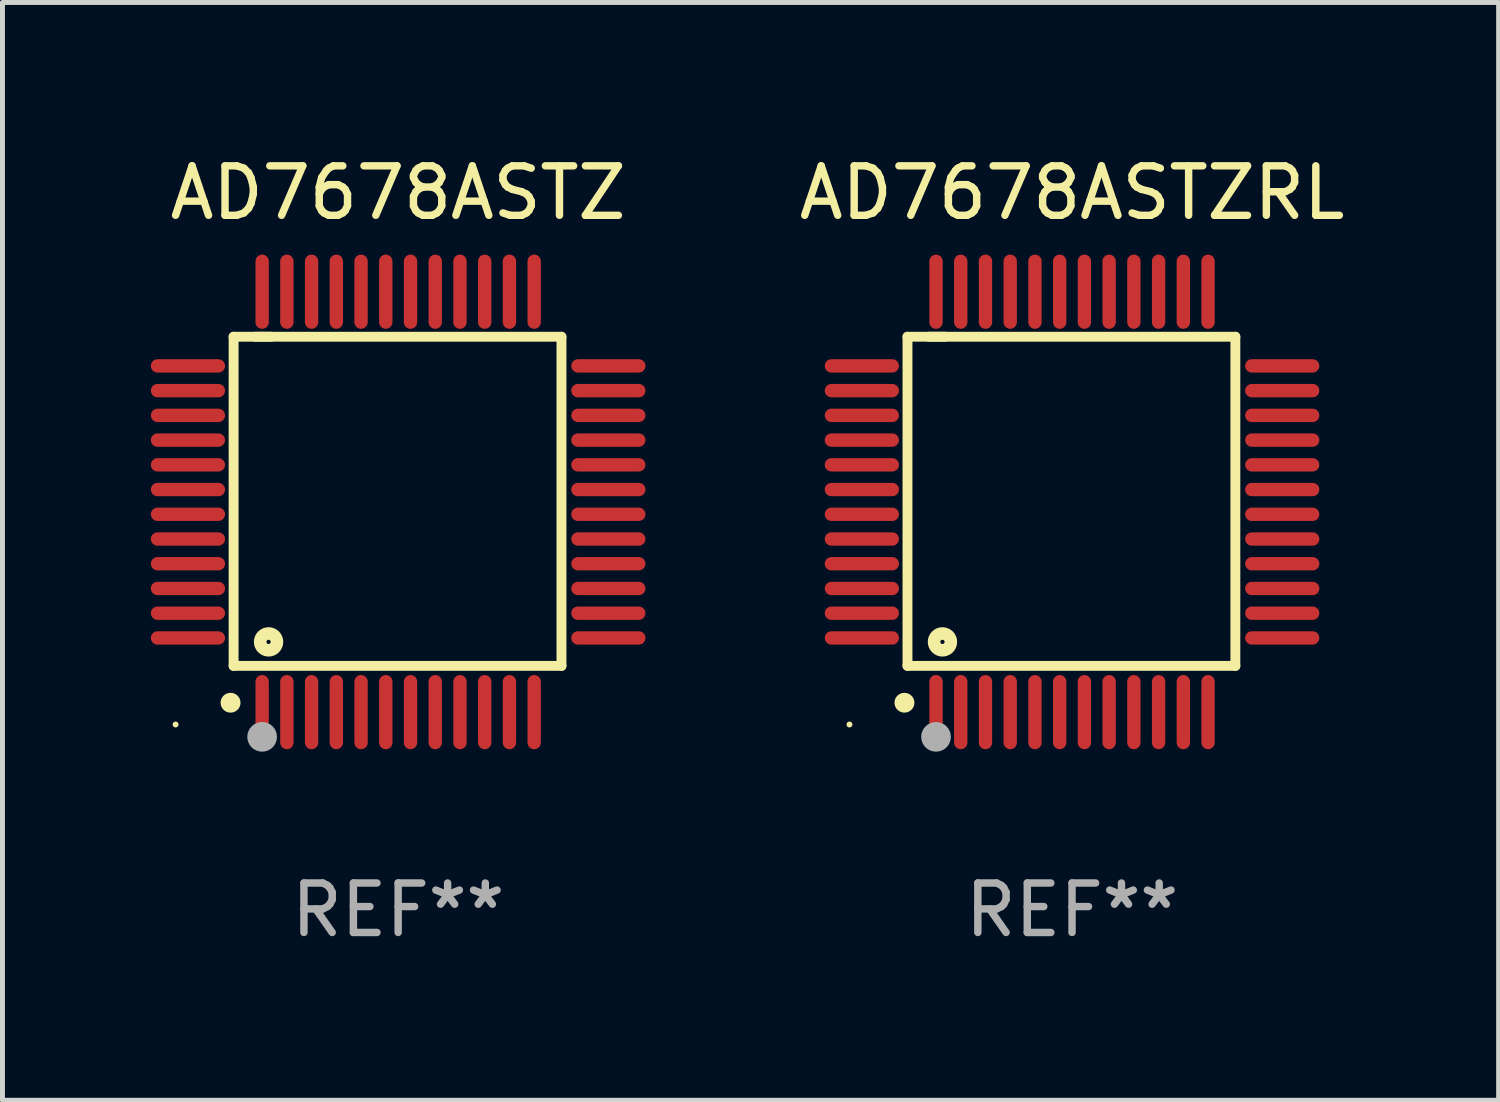
<source format=kicad_pcb>
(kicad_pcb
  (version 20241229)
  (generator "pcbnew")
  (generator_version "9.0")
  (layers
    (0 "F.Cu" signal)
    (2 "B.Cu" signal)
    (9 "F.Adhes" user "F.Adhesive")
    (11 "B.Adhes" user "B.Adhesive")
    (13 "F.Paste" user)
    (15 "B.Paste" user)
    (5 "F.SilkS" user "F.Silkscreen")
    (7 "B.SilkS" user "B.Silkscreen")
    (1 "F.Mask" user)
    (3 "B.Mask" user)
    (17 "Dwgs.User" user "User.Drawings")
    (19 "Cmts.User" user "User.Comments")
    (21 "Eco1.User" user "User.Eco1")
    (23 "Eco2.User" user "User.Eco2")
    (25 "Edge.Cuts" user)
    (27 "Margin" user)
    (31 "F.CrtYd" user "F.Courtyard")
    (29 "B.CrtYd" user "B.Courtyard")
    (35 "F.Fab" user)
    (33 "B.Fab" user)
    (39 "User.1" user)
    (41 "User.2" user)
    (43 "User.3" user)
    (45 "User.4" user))
  (footprint "AD7678ASTZRL"
    (layer "F.Cu")
    (at 18.625 7.098)
    (property "Reference" "AD7678ASTZRL" (at 0 -6.25 0) (layer "F.SilkS") (effects (font (size 1 1) (thickness 0.15))))
    (attr through_hole)
    (fp_line (start -3.327 -3.34) (end -2.565 -3.34) (stroke (width 0.2) (type solid)) (layer "F.SilkS"))
    (fp_line (start -3.327 3.315) (end -3.327 -3.34) (stroke (width 0.2) (type solid)) (layer "F.SilkS"))
    (fp_line (start -2.896 -3.34) (end 3.302 -3.34) (stroke (width 0.2) (type solid)) (layer "F.SilkS"))
    (fp_line (start 3.302 -3.34) (end 3.302 3.315) (stroke (width 0.2) (type solid)) (layer "F.SilkS"))
    (fp_line (start 3.302 3.315) (end -3.327 3.315) (stroke (width 0.2) (type solid)) (layer "F.SilkS"))
    (fp_arc (start -3.389992 4.059995) (mid -3.388722 4.059991) (end -3.387452 4.059995) (stroke (width 0.4) (type solid)) (layer "F.SilkS"))
    (fp_circle (center -4.5 4.5) (end -4.47 4.5) (stroke (width 0.06) (type solid)) (fill no) (layer "F.SilkS"))
    (fp_circle (center -2.62 2.83) (end -2.45 2.83) (stroke (width 0.254) (type solid)) (fill no) (layer "F.SilkS"))
    (fp_circle (center -2.75 4.75) (end -2.6 4.75) (stroke (width 0.3) (type solid)) (fill no) (layer "F.Fab"))
    (fp_text user "REF**" (at 0 8.25 0) (layer "F.Fab") (effects (font (size 1 1) (thickness 0.15))))
    (pad "1" smd oval (at -2.75 4.25) (size 0.27 1.5) (layers "F.Cu" "F.Mask" "F.Paste"))
    (pad "2" smd oval (at -2.25 4.25) (size 0.27 1.5) (layers "F.Cu" "F.Mask" "F.Paste"))
    (pad "3" smd oval (at -1.75 4.25) (size 0.27 1.5) (layers "F.Cu" "F.Mask" "F.Paste"))
    (pad "4" smd oval (at -1.25 4.25) (size 0.27 1.5) (layers "F.Cu" "F.Mask" "F.Paste"))
    (pad "5" smd oval (at -0.75 4.25) (size 0.27 1.5) (layers "F.Cu" "F.Mask" "F.Paste"))
    (pad "6" smd oval (at -0.25 4.25) (size 0.27 1.5) (layers "F.Cu" "F.Mask" "F.Paste"))
    (pad "7" smd oval (at 0.25 4.25) (size 0.27 1.5) (layers "F.Cu" "F.Mask" "F.Paste"))
    (pad "8" smd oval (at 0.75 4.25) (size 0.27 1.5) (layers "F.Cu" "F.Mask" "F.Paste"))
    (pad "9" smd oval (at 1.25 4.25) (size 0.27 1.5) (layers "F.Cu" "F.Mask" "F.Paste"))
    (pad "10" smd oval (at 1.75 4.25) (size 0.27 1.5) (layers "F.Cu" "F.Mask" "F.Paste"))
    (pad "11" smd oval (at 2.25 4.25) (size 0.27 1.5) (layers "F.Cu" "F.Mask" "F.Paste"))
    (pad "12" smd oval (at 2.75 4.25) (size 0.27 1.5) (layers "F.Cu" "F.Mask" "F.Paste"))
    (pad "13" smd oval (at 4.25 2.75) (size 1.5 0.27) (layers "F.Cu" "F.Mask" "F.Paste"))
    (pad "14" smd oval (at 4.25 2.25) (size 1.5 0.27) (layers "F.Cu" "F.Mask" "F.Paste"))
    (pad "15" smd oval (at 4.25 1.75) (size 1.5 0.27) (layers "F.Cu" "F.Mask" "F.Paste"))
    (pad "16" smd oval (at 4.25 1.25) (size 1.5 0.27) (layers "F.Cu" "F.Mask" "F.Paste"))
    (pad "17" smd oval (at 4.25 0.75) (size 1.5 0.27) (layers "F.Cu" "F.Mask" "F.Paste"))
    (pad "18" smd oval (at 4.25 0.25) (size 1.5 0.27) (layers "F.Cu" "F.Mask" "F.Paste"))
    (pad "19" smd oval (at 4.25 -0.25) (size 1.5 0.27) (layers "F.Cu" "F.Mask" "F.Paste"))
    (pad "20" smd oval (at 4.25 -0.75) (size 1.5 0.27) (layers "F.Cu" "F.Mask" "F.Paste"))
    (pad "21" smd oval (at 4.25 -1.25) (size 1.5 0.27) (layers "F.Cu" "F.Mask" "F.Paste"))
    (pad "22" smd oval (at 4.25 -1.75) (size 1.5 0.27) (layers "F.Cu" "F.Mask" "F.Paste"))
    (pad "23" smd oval (at 4.25 -2.25) (size 1.5 0.27) (layers "F.Cu" "F.Mask" "F.Paste"))
    (pad "24" smd oval (at 4.25 -2.75) (size 1.5 0.27) (layers "F.Cu" "F.Mask" "F.Paste"))
    (pad "25" smd oval (at 2.75 -4.25) (size 0.27 1.5) (layers "F.Cu" "F.Mask" "F.Paste"))
    (pad "26" smd oval (at 2.25 -4.25) (size 0.27 1.5) (layers "F.Cu" "F.Mask" "F.Paste"))
    (pad "27" smd oval (at 1.75 -4.25) (size 0.27 1.5) (layers "F.Cu" "F.Mask" "F.Paste"))
    (pad "28" smd oval (at 1.25 -4.25) (size 0.27 1.5) (layers "F.Cu" "F.Mask" "F.Paste"))
    (pad "29" smd oval (at 0.75 -4.25) (size 0.27 1.5) (layers "F.Cu" "F.Mask" "F.Paste"))
    (pad "30" smd oval (at 0.25 -4.25) (size 0.27 1.5) (layers "F.Cu" "F.Mask" "F.Paste"))
    (pad "31" smd oval (at -0.25 -4.25) (size 0.27 1.5) (layers "F.Cu" "F.Mask" "F.Paste"))
    (pad "32" smd oval (at -0.75 -4.25) (size 0.27 1.5) (layers "F.Cu" "F.Mask" "F.Paste"))
    (pad "33" smd oval (at -1.25 -4.25) (size 0.27 1.5) (layers "F.Cu" "F.Mask" "F.Paste"))
    (pad "34" smd oval (at -1.75 -4.25) (size 0.27 1.5) (layers "F.Cu" "F.Mask" "F.Paste"))
    (pad "35" smd oval (at -2.25 -4.25) (size 0.27 1.5) (layers "F.Cu" "F.Mask" "F.Paste"))
    (pad "36" smd oval (at -2.75 -4.25) (size 0.27 1.5) (layers "F.Cu" "F.Mask" "F.Paste"))
    (pad "37" smd oval (at -4.25 -2.75) (size 1.5 0.27) (layers "F.Cu" "F.Mask" "F.Paste"))
    (pad "38" smd oval (at -4.25 -2.25) (size 1.5 0.27) (layers "F.Cu" "F.Mask" "F.Paste"))
    (pad "39" smd oval (at -4.25 -1.75) (size 1.5 0.27) (layers "F.Cu" "F.Mask" "F.Paste"))
    (pad "40" smd oval (at -4.25 -1.25) (size 1.5 0.27) (layers "F.Cu" "F.Mask" "F.Paste"))
    (pad "41" smd oval (at -4.25 -0.75) (size 1.5 0.27) (layers "F.Cu" "F.Mask" "F.Paste"))
    (pad "42" smd oval (at -4.25 -0.25) (size 1.5 0.27) (layers "F.Cu" "F.Mask" "F.Paste"))
    (pad "43" smd oval (at -4.25 0.25) (size 1.5 0.27) (layers "F.Cu" "F.Mask" "F.Paste"))
    (pad "44" smd oval (at -4.25 0.75) (size 1.5 0.27) (layers "F.Cu" "F.Mask" "F.Paste"))
    (pad "45" smd oval (at -4.25 1.25) (size 1.5 0.27) (layers "F.Cu" "F.Mask" "F.Paste"))
    (pad "46" smd oval (at -4.25 1.75) (size 1.5 0.27) (layers "F.Cu" "F.Mask" "F.Paste"))
    (pad "47" smd oval (at -4.25 2.25) (size 1.5 0.27) (layers "F.Cu" "F.Mask" "F.Paste"))
    (pad "48" smd oval (at -4.25 2.75) (size 1.5 0.27) (layers "F.Cu" "F.Mask" "F.Paste")))
  (footprint "AD7678ASTZ"
    (layer "F.Cu")
    (at 5 7.098)
    (property "Reference" "AD7678ASTZ" (at 0 -6.25 0) (layer "F.SilkS") (effects (font (size 1 1) (thickness 0.15))))
    (attr through_hole)
    (fp_line (start -3.327 -3.34) (end -2.565 -3.34) (stroke (width 0.2) (type solid)) (layer "F.SilkS"))
    (fp_line (start -3.327 3.315) (end -3.327 -3.34) (stroke (width 0.2) (type solid)) (layer "F.SilkS"))
    (fp_line (start -2.896 -3.34) (end 3.302 -3.34) (stroke (width 0.2) (type solid)) (layer "F.SilkS"))
    (fp_line (start 3.302 -3.34) (end 3.302 3.315) (stroke (width 0.2) (type solid)) (layer "F.SilkS"))
    (fp_line (start 3.302 3.315) (end -3.327 3.315) (stroke (width 0.2) (type solid)) (layer "F.SilkS"))
    (fp_arc (start -3.389992 4.059995) (mid -3.388722 4.059991) (end -3.387452 4.059995) (stroke (width 0.4) (type solid)) (layer "F.SilkS"))
    (fp_circle (center -4.5 4.5) (end -4.47 4.5) (stroke (width 0.06) (type solid)) (fill no) (layer "F.SilkS"))
    (fp_circle (center -2.62 2.83) (end -2.45 2.83) (stroke (width 0.254) (type solid)) (fill no) (layer "F.SilkS"))
    (fp_circle (center -2.75 4.75) (end -2.6 4.75) (stroke (width 0.3) (type solid)) (fill no) (layer "F.Fab"))
    (fp_text user "REF**" (at 0 8.25 0) (layer "F.Fab") (effects (font (size 1 1) (thickness 0.15))))
    (pad "1" smd oval (at -2.75 4.25) (size 0.27 1.5) (layers "F.Cu" "F.Mask" "F.Paste"))
    (pad "2" smd oval (at -2.25 4.25) (size 0.27 1.5) (layers "F.Cu" "F.Mask" "F.Paste"))
    (pad "3" smd oval (at -1.75 4.25) (size 0.27 1.5) (layers "F.Cu" "F.Mask" "F.Paste"))
    (pad "4" smd oval (at -1.25 4.25) (size 0.27 1.5) (layers "F.Cu" "F.Mask" "F.Paste"))
    (pad "5" smd oval (at -0.75 4.25) (size 0.27 1.5) (layers "F.Cu" "F.Mask" "F.Paste"))
    (pad "6" smd oval (at -0.25 4.25) (size 0.27 1.5) (layers "F.Cu" "F.Mask" "F.Paste"))
    (pad "7" smd oval (at 0.25 4.25) (size 0.27 1.5) (layers "F.Cu" "F.Mask" "F.Paste"))
    (pad "8" smd oval (at 0.75 4.25) (size 0.27 1.5) (layers "F.Cu" "F.Mask" "F.Paste"))
    (pad "9" smd oval (at 1.25 4.25) (size 0.27 1.5) (layers "F.Cu" "F.Mask" "F.Paste"))
    (pad "10" smd oval (at 1.75 4.25) (size 0.27 1.5) (layers "F.Cu" "F.Mask" "F.Paste"))
    (pad "11" smd oval (at 2.25 4.25) (size 0.27 1.5) (layers "F.Cu" "F.Mask" "F.Paste"))
    (pad "12" smd oval (at 2.75 4.25) (size 0.27 1.5) (layers "F.Cu" "F.Mask" "F.Paste"))
    (pad "13" smd oval (at 4.25 2.75) (size 1.5 0.27) (layers "F.Cu" "F.Mask" "F.Paste"))
    (pad "14" smd oval (at 4.25 2.25) (size 1.5 0.27) (layers "F.Cu" "F.Mask" "F.Paste"))
    (pad "15" smd oval (at 4.25 1.75) (size 1.5 0.27) (layers "F.Cu" "F.Mask" "F.Paste"))
    (pad "16" smd oval (at 4.25 1.25) (size 1.5 0.27) (layers "F.Cu" "F.Mask" "F.Paste"))
    (pad "17" smd oval (at 4.25 0.75) (size 1.5 0.27) (layers "F.Cu" "F.Mask" "F.Paste"))
    (pad "18" smd oval (at 4.25 0.25) (size 1.5 0.27) (layers "F.Cu" "F.Mask" "F.Paste"))
    (pad "19" smd oval (at 4.25 -0.25) (size 1.5 0.27) (layers "F.Cu" "F.Mask" "F.Paste"))
    (pad "20" smd oval (at 4.25 -0.75) (size 1.5 0.27) (layers "F.Cu" "F.Mask" "F.Paste"))
    (pad "21" smd oval (at 4.25 -1.25) (size 1.5 0.27) (layers "F.Cu" "F.Mask" "F.Paste"))
    (pad "22" smd oval (at 4.25 -1.75) (size 1.5 0.27) (layers "F.Cu" "F.Mask" "F.Paste"))
    (pad "23" smd oval (at 4.25 -2.25) (size 1.5 0.27) (layers "F.Cu" "F.Mask" "F.Paste"))
    (pad "24" smd oval (at 4.25 -2.75) (size 1.5 0.27) (layers "F.Cu" "F.Mask" "F.Paste"))
    (pad "25" smd oval (at 2.75 -4.25) (size 0.27 1.5) (layers "F.Cu" "F.Mask" "F.Paste"))
    (pad "26" smd oval (at 2.25 -4.25) (size 0.27 1.5) (layers "F.Cu" "F.Mask" "F.Paste"))
    (pad "27" smd oval (at 1.75 -4.25) (size 0.27 1.5) (layers "F.Cu" "F.Mask" "F.Paste"))
    (pad "28" smd oval (at 1.25 -4.25) (size 0.27 1.5) (layers "F.Cu" "F.Mask" "F.Paste"))
    (pad "29" smd oval (at 0.75 -4.25) (size 0.27 1.5) (layers "F.Cu" "F.Mask" "F.Paste"))
    (pad "30" smd oval (at 0.25 -4.25) (size 0.27 1.5) (layers "F.Cu" "F.Mask" "F.Paste"))
    (pad "31" smd oval (at -0.25 -4.25) (size 0.27 1.5) (layers "F.Cu" "F.Mask" "F.Paste"))
    (pad "32" smd oval (at -0.75 -4.25) (size 0.27 1.5) (layers "F.Cu" "F.Mask" "F.Paste"))
    (pad "33" smd oval (at -1.25 -4.25) (size 0.27 1.5) (layers "F.Cu" "F.Mask" "F.Paste"))
    (pad "34" smd oval (at -1.75 -4.25) (size 0.27 1.5) (layers "F.Cu" "F.Mask" "F.Paste"))
    (pad "35" smd oval (at -2.25 -4.25) (size 0.27 1.5) (layers "F.Cu" "F.Mask" "F.Paste"))
    (pad "36" smd oval (at -2.75 -4.25) (size 0.27 1.5) (layers "F.Cu" "F.Mask" "F.Paste"))
    (pad "37" smd oval (at -4.25 -2.75) (size 1.5 0.27) (layers "F.Cu" "F.Mask" "F.Paste"))
    (pad "38" smd oval (at -4.25 -2.25) (size 1.5 0.27) (layers "F.Cu" "F.Mask" "F.Paste"))
    (pad "39" smd oval (at -4.25 -1.75) (size 1.5 0.27) (layers "F.Cu" "F.Mask" "F.Paste"))
    (pad "40" smd oval (at -4.25 -1.25) (size 1.5 0.27) (layers "F.Cu" "F.Mask" "F.Paste"))
    (pad "41" smd oval (at -4.25 -0.75) (size 1.5 0.27) (layers "F.Cu" "F.Mask" "F.Paste"))
    (pad "42" smd oval (at -4.25 -0.25) (size 1.5 0.27) (layers "F.Cu" "F.Mask" "F.Paste"))
    (pad "43" smd oval (at -4.25 0.25) (size 1.5 0.27) (layers "F.Cu" "F.Mask" "F.Paste"))
    (pad "44" smd oval (at -4.25 0.75) (size 1.5 0.27) (layers "F.Cu" "F.Mask" "F.Paste"))
    (pad "45" smd oval (at -4.25 1.25) (size 1.5 0.27) (layers "F.Cu" "F.Mask" "F.Paste"))
    (pad "46" smd oval (at -4.25 1.75) (size 1.5 0.27) (layers "F.Cu" "F.Mask" "F.Paste"))
    (pad "47" smd oval (at -4.25 2.25) (size 1.5 0.27) (layers "F.Cu" "F.Mask" "F.Paste"))
    (pad "48" smd oval (at -4.25 2.75) (size 1.5 0.27) (layers "F.Cu" "F.Mask" "F.Paste")))
  (gr_rect
    (start -3 -3)
    (end 27.25 19.196)
    (stroke (width 0.1) (type default))
    (fill no)
    (layer "Edge.Cuts")))
</source>
